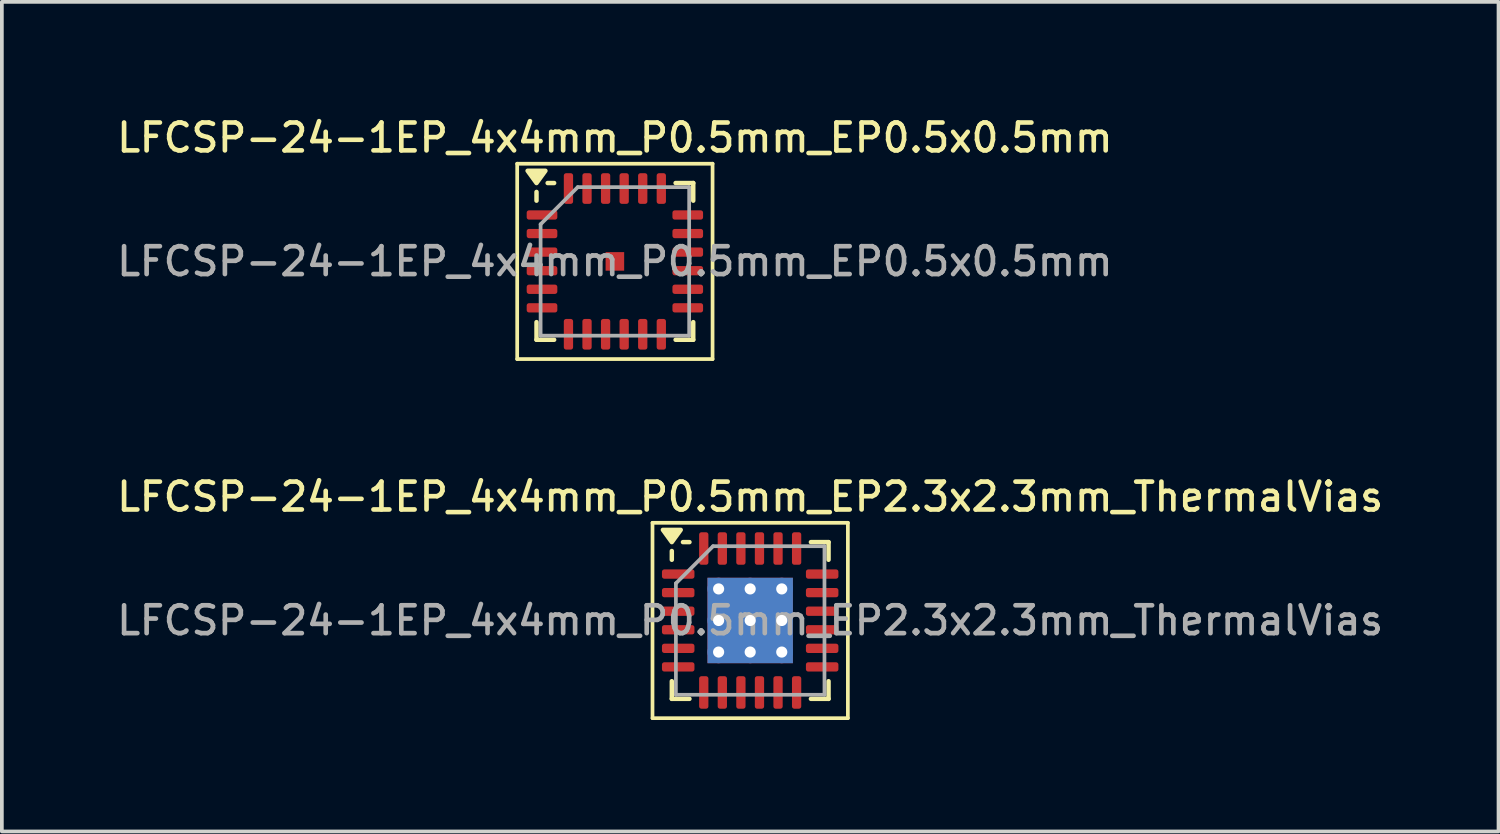
<source format=kicad_pcb>
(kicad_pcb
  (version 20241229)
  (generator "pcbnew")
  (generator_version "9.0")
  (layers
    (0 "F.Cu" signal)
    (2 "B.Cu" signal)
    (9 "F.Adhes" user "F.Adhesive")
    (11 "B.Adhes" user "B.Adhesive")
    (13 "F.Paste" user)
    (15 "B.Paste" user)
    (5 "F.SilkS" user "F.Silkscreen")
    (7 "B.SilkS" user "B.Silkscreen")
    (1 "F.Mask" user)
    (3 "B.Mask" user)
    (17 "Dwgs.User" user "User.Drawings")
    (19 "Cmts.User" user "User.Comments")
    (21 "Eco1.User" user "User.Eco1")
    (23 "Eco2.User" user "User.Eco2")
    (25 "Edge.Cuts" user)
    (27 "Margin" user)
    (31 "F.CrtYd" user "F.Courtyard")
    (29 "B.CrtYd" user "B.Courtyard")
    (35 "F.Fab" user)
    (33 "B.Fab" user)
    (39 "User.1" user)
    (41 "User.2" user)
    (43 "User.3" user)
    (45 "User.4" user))
  (footprint "LFCSP-24-1EP_4x4mm_P0.5mm_EP0.5x0.5mm"
    (layer "F.Cu")
    (at 13.505 3.988)
    (property "Reference" "LFCSP-24-1EP_4x4mm_P0.5mm_EP0.5x0.5mm" (at 0 -3.33 0) (layer "F.SilkS") (effects (font (size 0.75 0.75) (thickness 0.125))))
    (attr smd)
    (fp_line (start -2.63 -2.63) (end -2.63 2.63) (stroke (width 0.1) (type solid)) (layer "F.SilkS"))
    (fp_line (start -2.63 2.63) (end 2.63 2.63) (stroke (width 0.1) (type solid)) (layer "F.SilkS"))
    (fp_line (start -2.11 -1.635) (end -2.11 -1.87) (stroke (width 0.12) (type solid)) (layer "F.SilkS"))
    (fp_line (start -2.11 2.11) (end -2.11 1.635) (stroke (width 0.12) (type solid)) (layer "F.SilkS"))
    (fp_line (start -1.635 -2.11) (end -1.81 -2.11) (stroke (width 0.12) (type solid)) (layer "F.SilkS"))
    (fp_line (start -1.635 2.11) (end -2.11 2.11) (stroke (width 0.12) (type solid)) (layer "F.SilkS"))
    (fp_line (start 1.635 -2.11) (end 2.11 -2.11) (stroke (width 0.12) (type solid)) (layer "F.SilkS"))
    (fp_line (start 1.635 2.11) (end 2.11 2.11) (stroke (width 0.12) (type solid)) (layer "F.SilkS"))
    (fp_line (start 2.11 -2.11) (end 2.11 -1.635) (stroke (width 0.12) (type solid)) (layer "F.SilkS"))
    (fp_line (start 2.11 2.11) (end 2.11 1.635) (stroke (width 0.12) (type solid)) (layer "F.SilkS"))
    (fp_line (start 2.63 -2.63) (end -2.63 -2.63) (stroke (width 0.1) (type solid)) (layer "F.SilkS"))
    (fp_line (start 2.63 2.63) (end 2.63 -2.63) (stroke (width 0.1) (type solid)) (layer "F.SilkS"))
    (fp_poly (pts (xy -2.11 -2.11) (xy -2.35 -2.44) (xy -1.87 -2.44) (xy -2.11 -2.11)) (stroke (width 0.12) (type solid)) (fill yes) (layer "F.SilkS"))
    (fp_line (start -2 -1) (end -1 -2) (stroke (width 0.1) (type solid)) (layer "F.Fab"))
    (fp_line (start -2 2) (end -2 -1) (stroke (width 0.1) (type solid)) (layer "F.Fab"))
    (fp_line (start -1 -2) (end 2 -2) (stroke (width 0.1) (type solid)) (layer "F.Fab"))
    (fp_line (start 2 -2) (end 2 2) (stroke (width 0.1) (type solid)) (layer "F.Fab"))
    (fp_line (start 2 2) (end -2 2) (stroke (width 0.1) (type solid)) (layer "F.Fab"))
    (fp_text user "${REFERENCE}" (at 0 0 0) (layer "F.Fab") (effects (font (size 0.75 0.75) (thickness 0.125))))
    (pad "" smd roundrect (at 0 0) (size 0.4 0.4) (layers "F.Paste") (roundrect_rratio 0.25))
    (pad "1" smd roundrect (at -1.962 -1.25) (size 0.825 0.25) (layers "F.Cu" "F.Mask" "F.Paste") (roundrect_rratio 0.25))
    (pad "2" smd roundrect (at -1.962 -0.75) (size 0.825 0.25) (layers "F.Cu" "F.Mask" "F.Paste") (roundrect_rratio 0.25))
    (pad "3" smd roundrect (at -1.962 -0.25) (size 0.825 0.25) (layers "F.Cu" "F.Mask" "F.Paste") (roundrect_rratio 0.25))
    (pad "4" smd roundrect (at -1.962 0.25) (size 0.825 0.25) (layers "F.Cu" "F.Mask" "F.Paste") (roundrect_rratio 0.25))
    (pad "5" smd roundrect (at -1.962 0.75) (size 0.825 0.25) (layers "F.Cu" "F.Mask" "F.Paste") (roundrect_rratio 0.25))
    (pad "6" smd roundrect (at -1.962 1.25) (size 0.825 0.25) (layers "F.Cu" "F.Mask" "F.Paste") (roundrect_rratio 0.25))
    (pad "7" smd roundrect (at -1.25 1.962) (size 0.25 0.825) (layers "F.Cu" "F.Mask" "F.Paste") (roundrect_rratio 0.25))
    (pad "8" smd roundrect (at -0.75 1.962) (size 0.25 0.825) (layers "F.Cu" "F.Mask" "F.Paste") (roundrect_rratio 0.25))
    (pad "9" smd roundrect (at -0.25 1.962) (size 0.25 0.825) (layers "F.Cu" "F.Mask" "F.Paste") (roundrect_rratio 0.25))
    (pad "10" smd roundrect (at 0.25 1.962) (size 0.25 0.825) (layers "F.Cu" "F.Mask" "F.Paste") (roundrect_rratio 0.25))
    (pad "11" smd roundrect (at 0.75 1.962) (size 0.25 0.825) (layers "F.Cu" "F.Mask" "F.Paste") (roundrect_rratio 0.25))
    (pad "12" smd roundrect (at 1.25 1.962) (size 0.25 0.825) (layers "F.Cu" "F.Mask" "F.Paste") (roundrect_rratio 0.25))
    (pad "13" smd roundrect (at 1.962 1.25) (size 0.825 0.25) (layers "F.Cu" "F.Mask" "F.Paste") (roundrect_rratio 0.25))
    (pad "14" smd roundrect (at 1.962 0.75) (size 0.825 0.25) (layers "F.Cu" "F.Mask" "F.Paste") (roundrect_rratio 0.25))
    (pad "15" smd roundrect (at 1.962 0.25) (size 0.825 0.25) (layers "F.Cu" "F.Mask" "F.Paste") (roundrect_rratio 0.25))
    (pad "16" smd roundrect (at 1.962 -0.25) (size 0.825 0.25) (layers "F.Cu" "F.Mask" "F.Paste") (roundrect_rratio 0.25))
    (pad "17" smd roundrect (at 1.962 -0.75) (size 0.825 0.25) (layers "F.Cu" "F.Mask" "F.Paste") (roundrect_rratio 0.25))
    (pad "18" smd roundrect (at 1.962 -1.25) (size 0.825 0.25) (layers "F.Cu" "F.Mask" "F.Paste") (roundrect_rratio 0.25))
    (pad "19" smd roundrect (at 1.25 -1.962) (size 0.25 0.825) (layers "F.Cu" "F.Mask" "F.Paste") (roundrect_rratio 0.25))
    (pad "20" smd roundrect (at 0.75 -1.962) (size 0.25 0.825) (layers "F.Cu" "F.Mask" "F.Paste") (roundrect_rratio 0.25))
    (pad "21" smd roundrect (at 0.25 -1.962) (size 0.25 0.825) (layers "F.Cu" "F.Mask" "F.Paste") (roundrect_rratio 0.25))
    (pad "22" smd roundrect (at -0.25 -1.962) (size 0.25 0.825) (layers "F.Cu" "F.Mask" "F.Paste") (roundrect_rratio 0.25))
    (pad "23" smd roundrect (at -0.75 -1.962) (size 0.25 0.825) (layers "F.Cu" "F.Mask" "F.Paste") (roundrect_rratio 0.25))
    (pad "24" smd roundrect (at -1.25 -1.962) (size 0.25 0.825) (layers "F.Cu" "F.Mask" "F.Paste") (roundrect_rratio 0.25))
    (pad "25" smd rect (at 0 0) (size 0.5 0.5) (property pad_prop_heatsink) (layers "F.Cu" "F.Mask")))
  (footprint "LFCSP-24-1EP_4x4mm_P0.5mm_EP2.3x2.3mm_ThermalVias"
    (layer "F.Cu")
    (at 17.148 13.656)
    (property "Reference" "LFCSP-24-1EP_4x4mm_P0.5mm_EP2.3x2.3mm_ThermalVias" (at 0 -3.33 0) (layer "F.SilkS") (effects (font (size 0.75 0.75) (thickness 0.125))))
    (attr smd)
    (fp_line (start -2.63 -2.63) (end -2.63 2.63) (stroke (width 0.1) (type solid)) (layer "F.SilkS"))
    (fp_line (start -2.63 2.63) (end 2.63 2.63) (stroke (width 0.1) (type solid)) (layer "F.SilkS"))
    (fp_line (start -2.11 -1.635) (end -2.11 -1.87) (stroke (width 0.12) (type solid)) (layer "F.SilkS"))
    (fp_line (start -2.11 2.11) (end -2.11 1.635) (stroke (width 0.12) (type solid)) (layer "F.SilkS"))
    (fp_line (start -1.635 -2.11) (end -1.81 -2.11) (stroke (width 0.12) (type solid)) (layer "F.SilkS"))
    (fp_line (start -1.635 2.11) (end -2.11 2.11) (stroke (width 0.12) (type solid)) (layer "F.SilkS"))
    (fp_line (start 1.635 -2.11) (end 2.11 -2.11) (stroke (width 0.12) (type solid)) (layer "F.SilkS"))
    (fp_line (start 1.635 2.11) (end 2.11 2.11) (stroke (width 0.12) (type solid)) (layer "F.SilkS"))
    (fp_line (start 2.11 -2.11) (end 2.11 -1.635) (stroke (width 0.12) (type solid)) (layer "F.SilkS"))
    (fp_line (start 2.11 2.11) (end 2.11 1.635) (stroke (width 0.12) (type solid)) (layer "F.SilkS"))
    (fp_line (start 2.63 -2.63) (end -2.63 -2.63) (stroke (width 0.1) (type solid)) (layer "F.SilkS"))
    (fp_line (start 2.63 2.63) (end 2.63 -2.63) (stroke (width 0.1) (type solid)) (layer "F.SilkS"))
    (fp_poly (pts (xy -2.11 -2.11) (xy -2.35 -2.44) (xy -1.87 -2.44) (xy -2.11 -2.11)) (stroke (width 0.12) (type solid)) (fill yes) (layer "F.SilkS"))
    (fp_line (start -2 -1) (end -1 -2) (stroke (width 0.1) (type solid)) (layer "F.Fab"))
    (fp_line (start -2 2) (end -2 -1) (stroke (width 0.1) (type solid)) (layer "F.Fab"))
    (fp_line (start -1 -2) (end 2 -2) (stroke (width 0.1) (type solid)) (layer "F.Fab"))
    (fp_line (start 2 -2) (end 2 2) (stroke (width 0.1) (type solid)) (layer "F.Fab"))
    (fp_line (start 2 2) (end -2 2) (stroke (width 0.1) (type solid)) (layer "F.Fab"))
    (fp_text user "${REFERENCE}" (at 0 0 0) (layer "F.Fab") (effects (font (size 0.75 0.75) (thickness 0.125))))
    (pad "" smd roundrect (at -0.575 -0.575) (size 0.96 0.96) (layers "F.Paste") (roundrect_rratio 0.25))
    (pad "" smd roundrect (at -0.575 0.575) (size 0.96 0.96) (layers "F.Paste") (roundrect_rratio 0.25))
    (pad "" smd roundrect (at 0.575 -0.575) (size 0.96 0.96) (layers "F.Paste") (roundrect_rratio 0.25))
    (pad "" smd roundrect (at 0.575 0.575) (size 0.96 0.96) (layers "F.Paste") (roundrect_rratio 0.25))
    (pad "1" smd roundrect (at -1.938 -1.25) (size 0.875 0.25) (layers "F.Cu" "F.Mask" "F.Paste") (roundrect_rratio 0.25))
    (pad "2" smd roundrect (at -1.938 -0.75) (size 0.875 0.25) (layers "F.Cu" "F.Mask" "F.Paste") (roundrect_rratio 0.25))
    (pad "3" smd roundrect (at -1.938 -0.25) (size 0.875 0.25) (layers "F.Cu" "F.Mask" "F.Paste") (roundrect_rratio 0.25))
    (pad "4" smd roundrect (at -1.938 0.25) (size 0.875 0.25) (layers "F.Cu" "F.Mask" "F.Paste") (roundrect_rratio 0.25))
    (pad "5" smd roundrect (at -1.938 0.75) (size 0.875 0.25) (layers "F.Cu" "F.Mask" "F.Paste") (roundrect_rratio 0.25))
    (pad "6" smd roundrect (at -1.938 1.25) (size 0.875 0.25) (layers "F.Cu" "F.Mask" "F.Paste") (roundrect_rratio 0.25))
    (pad "7" smd roundrect (at -1.25 1.938) (size 0.25 0.875) (layers "F.Cu" "F.Mask" "F.Paste") (roundrect_rratio 0.25))
    (pad "8" smd roundrect (at -0.75 1.938) (size 0.25 0.875) (layers "F.Cu" "F.Mask" "F.Paste") (roundrect_rratio 0.25))
    (pad "9" smd roundrect (at -0.25 1.938) (size 0.25 0.875) (layers "F.Cu" "F.Mask" "F.Paste") (roundrect_rratio 0.25))
    (pad "10" smd roundrect (at 0.25 1.938) (size 0.25 0.875) (layers "F.Cu" "F.Mask" "F.Paste") (roundrect_rratio 0.25))
    (pad "11" smd roundrect (at 0.75 1.938) (size 0.25 0.875) (layers "F.Cu" "F.Mask" "F.Paste") (roundrect_rratio 0.25))
    (pad "12" smd roundrect (at 1.25 1.938) (size 0.25 0.875) (layers "F.Cu" "F.Mask" "F.Paste") (roundrect_rratio 0.25))
    (pad "13" smd roundrect (at 1.938 1.25) (size 0.875 0.25) (layers "F.Cu" "F.Mask" "F.Paste") (roundrect_rratio 0.25))
    (pad "14" smd roundrect (at 1.938 0.75) (size 0.875 0.25) (layers "F.Cu" "F.Mask" "F.Paste") (roundrect_rratio 0.25))
    (pad "15" smd roundrect (at 1.938 0.25) (size 0.875 0.25) (layers "F.Cu" "F.Mask" "F.Paste") (roundrect_rratio 0.25))
    (pad "16" smd roundrect (at 1.938 -0.25) (size 0.875 0.25) (layers "F.Cu" "F.Mask" "F.Paste") (roundrect_rratio 0.25))
    (pad "17" smd roundrect (at 1.938 -0.75) (size 0.875 0.25) (layers "F.Cu" "F.Mask" "F.Paste") (roundrect_rratio 0.25))
    (pad "18" smd roundrect (at 1.938 -1.25) (size 0.875 0.25) (layers "F.Cu" "F.Mask" "F.Paste") (roundrect_rratio 0.25))
    (pad "19" smd roundrect (at 1.25 -1.938) (size 0.25 0.875) (layers "F.Cu" "F.Mask" "F.Paste") (roundrect_rratio 0.25))
    (pad "20" smd roundrect (at 0.75 -1.938) (size 0.25 0.875) (layers "F.Cu" "F.Mask" "F.Paste") (roundrect_rratio 0.25))
    (pad "21" smd roundrect (at 0.25 -1.938) (size 0.25 0.875) (layers "F.Cu" "F.Mask" "F.Paste") (roundrect_rratio 0.25))
    (pad "22" smd roundrect (at -0.25 -1.938) (size 0.25 0.875) (layers "F.Cu" "F.Mask" "F.Paste") (roundrect_rratio 0.25))
    (pad "23" smd roundrect (at -0.75 -1.938) (size 0.25 0.875) (layers "F.Cu" "F.Mask" "F.Paste") (roundrect_rratio 0.25))
    (pad "24" smd roundrect (at -1.25 -1.938) (size 0.25 0.875) (layers "F.Cu" "F.Mask" "F.Paste") (roundrect_rratio 0.25))
    (pad "25" thru_hole circle (at -0.85 -0.85) (size 0.6 0.6) (drill 0.3) (property pad_prop_heatsink) (layers "*.Cu"))
    (pad "25" thru_hole circle (at -0.85 0) (size 0.6 0.6) (drill 0.3) (property pad_prop_heatsink) (layers "*.Cu"))
    (pad "25" thru_hole circle (at -0.85 0.85) (size 0.6 0.6) (drill 0.3) (property pad_prop_heatsink) (layers "*.Cu"))
    (pad "25" thru_hole circle (at 0 -0.85) (size 0.6 0.6) (drill 0.3) (property pad_prop_heatsink) (layers "*.Cu"))
    (pad "25" thru_hole circle (at 0 0) (size 0.6 0.6) (drill 0.3) (property pad_prop_heatsink) (layers "*.Cu"))
    (pad "25" smd rect (at 0 0) (size 2.3 2.3) (property pad_prop_heatsink) (layers "F.Cu" "F.Mask"))
    (pad "25" smd rect (at 0 0) (size 2.3 2.3) (property pad_prop_heatsink) (layers "B.Cu"))
    (pad "25" thru_hole circle (at 0 0.85) (size 0.6 0.6) (drill 0.3) (property pad_prop_heatsink) (layers "*.Cu"))
    (pad "25" thru_hole circle (at 0.85 -0.85) (size 0.6 0.6) (drill 0.3) (property pad_prop_heatsink) (layers "*.Cu"))
    (pad "25" thru_hole circle (at 0.85 0) (size 0.6 0.6) (drill 0.3) (property pad_prop_heatsink) (layers "*.Cu"))
    (pad "25" thru_hole circle (at 0.85 0.85) (size 0.6 0.6) (drill 0.3) (property pad_prop_heatsink) (layers "*.Cu")))
  (gr_rect
    (start -3 -3)
    (end 37.296 19.336)
    (stroke (width 0.1) (type default))
    (fill no)
    (layer "Edge.Cuts")))
</source>
